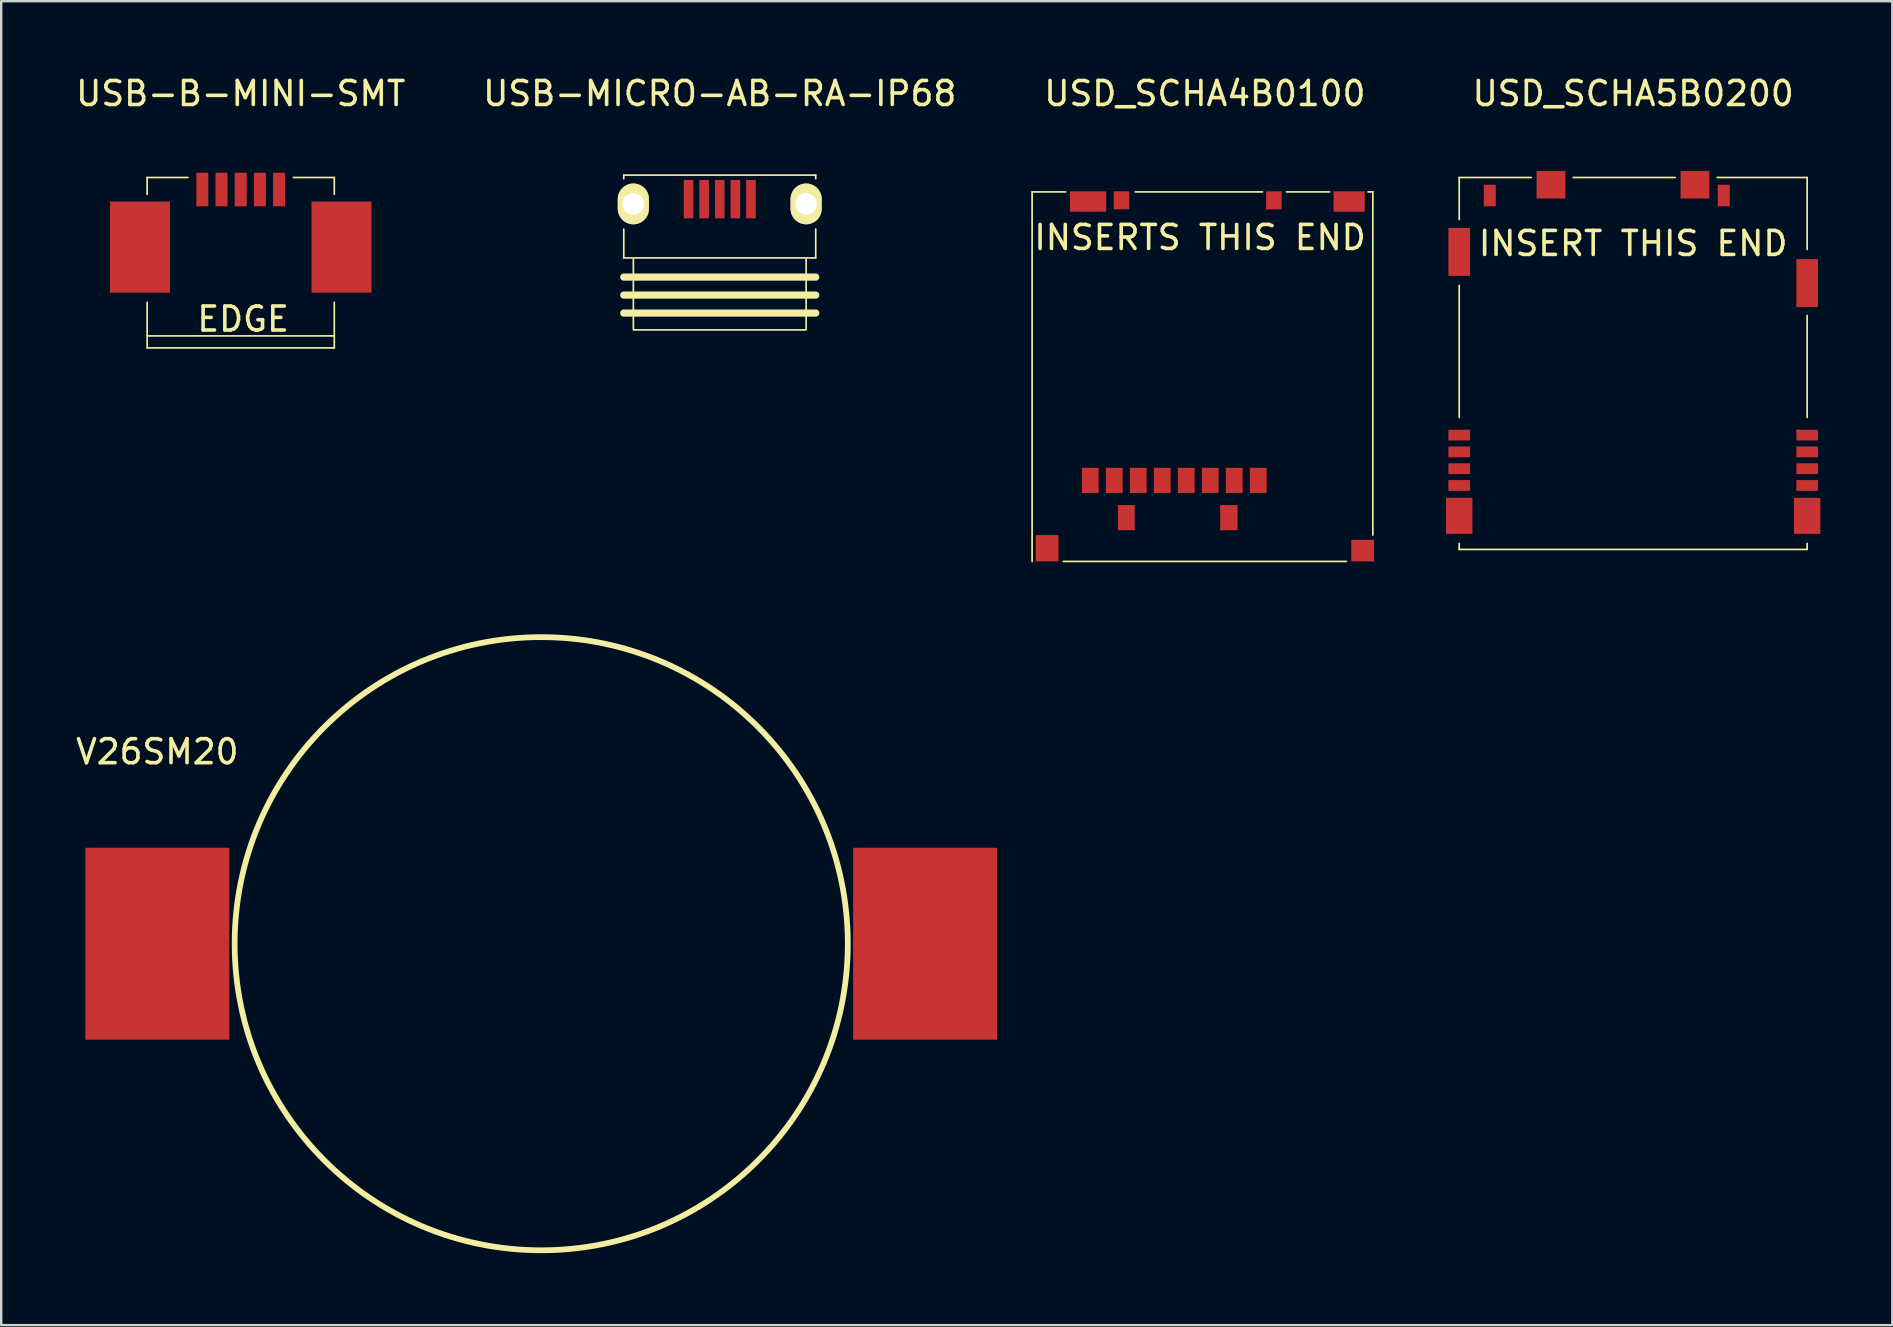
<source format=kicad_pcb>
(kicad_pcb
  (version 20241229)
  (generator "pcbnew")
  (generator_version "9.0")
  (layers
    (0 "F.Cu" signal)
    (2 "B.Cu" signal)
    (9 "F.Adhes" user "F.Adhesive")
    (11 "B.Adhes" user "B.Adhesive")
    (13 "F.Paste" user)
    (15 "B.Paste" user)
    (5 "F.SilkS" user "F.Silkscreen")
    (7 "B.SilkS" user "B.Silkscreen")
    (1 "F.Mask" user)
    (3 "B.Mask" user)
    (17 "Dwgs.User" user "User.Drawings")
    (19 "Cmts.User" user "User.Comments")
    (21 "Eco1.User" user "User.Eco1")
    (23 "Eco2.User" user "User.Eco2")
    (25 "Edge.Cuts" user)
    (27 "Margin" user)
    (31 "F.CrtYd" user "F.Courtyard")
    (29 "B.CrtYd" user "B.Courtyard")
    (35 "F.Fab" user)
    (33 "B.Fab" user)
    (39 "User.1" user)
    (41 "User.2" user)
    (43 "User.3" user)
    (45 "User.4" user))
  (footprint "USD_SCHA4B0100"
    (layer "F.Cu")
    (at 47.164 5.048)
    (property "Reference" "USD_SCHA4B0100" (at 0 -4.2 0) (layer "F.SilkS") (effects (font (size 1 1) (thickness 0.15))))
    (attr through_hole)
    (fp_line (start -7.2 -0.1) (end -5.8 -0.1) (stroke (width 0.07) (type solid)) (layer "F.SilkS"))
    (fp_line (start -7.2 15.3) (end -7.2 -0.1) (stroke (width 0.07) (type solid)) (layer "F.SilkS"))
    (fp_line (start -5.9 15.3) (end 5.9 15.3) (stroke (width 0.07) (type solid)) (layer "F.SilkS"))
    (fp_line (start 2.4 -0.1) (end -2.9 -0.1) (stroke (width 0.07) (type solid)) (layer "F.SilkS"))
    (fp_line (start 5.2 -0.1) (end 3.4 -0.1) (stroke (width 0.07) (type solid)) (layer "F.SilkS"))
    (fp_line (start 7 -0.1) (end 6.8 -0.1) (stroke (width 0.07) (type solid)) (layer "F.SilkS"))
    (fp_line (start 7 14.2) (end 7 -0.1) (stroke (width 0.07) (type solid)) (layer "F.SilkS"))
    (fp_text user "INSERTS THIS END" (at -0.2 1.8 0) (layer "F.SilkS") (effects (font (size 1 1) (thickness 0.15))))
    (pad "1" smd rect (at 2.225 11.925) (size 0.7 1.05) (layers "F.Cu" "F.Mask" "F.Paste"))
    (pad "2" smd rect (at 1.225 11.925) (size 0.7 1.05) (layers "F.Cu" "F.Mask" "F.Paste"))
    (pad "3" smd rect (at 0.225 11.925) (size 0.7 1.05) (layers "F.Cu" "F.Mask" "F.Paste"))
    (pad "4" smd rect (at -0.775 11.925) (size 0.7 1.05) (layers "F.Cu" "F.Mask" "F.Paste"))
    (pad "5" smd rect (at -1.775 11.925) (size 0.7 1.05) (layers "F.Cu" "F.Mask" "F.Paste"))
    (pad "6" smd rect (at -2.775 11.925) (size 0.7 1.05) (layers "F.Cu" "F.Mask" "F.Paste"))
    (pad "7" smd rect (at -3.775 11.925) (size 0.7 1.05) (layers "F.Cu" "F.Mask" "F.Paste"))
    (pad "8" smd rect (at -4.775 11.925) (size 0.7 1.05) (layers "F.Cu" "F.Mask" "F.Paste"))
    (pad "9" smd rect (at -3.475 0.25) (size 0.65 0.75) (layers "F.Cu" "F.Mask" "F.Paste"))
    (pad "10" smd rect (at 2.875 0.25) (size 0.65 0.75) (layers "F.Cu" "F.Mask" "F.Paste"))
    (pad "11" smd rect (at -3.275 13.475) (size 0.7 1.05) (layers "F.Cu" "F.Mask" "F.Paste"))
    (pad "12" smd rect (at 1 13.475) (size 0.725 1.05) (layers "F.Cu" "F.Mask" "F.Paste"))
    (pad "13" smd rect (at -6.575 14.75) (size 0.95 1.1) (layers "F.Cu" "F.Mask" "F.Paste"))
    (pad "14" smd rect (at 6.575 14.85) (size 0.95 0.9) (layers "F.Cu" "F.Mask" "F.Paste"))
    (pad "15" smd rect (at 6.013 0.3) (size 1.3 0.85) (layers "F.Cu" "F.Mask" "F.Paste"))
    (pad "16" smd rect (at -4.869 0.3) (size 1.512 0.85) (layers "F.Cu" "F.Mask" "F.Paste")))
  (footprint "V26SM20"
    (layer "F.Cu")
    (at 3.506 36.28)
    (property "Reference" "V26SM20" (at 0 -8 0) (layer "F.SilkS") (effects (font (size 1 1) (thickness 0.15))))
    (attr through_hole)
    (fp_circle (center 16 0) (end 27 6.5) (stroke (width 0.24) (type solid)) (fill no) (layer "F.SilkS"))
    (pad "1" smd rect (at 0 0) (size 6 8) (layers "F.Cu" "F.Mask" "F.Paste"))
    (pad "2" smd rect (at 32 0) (size 6 8) (layers "F.Cu" "F.Mask" "F.Paste")))
  (footprint "USD_SCHA5B0200"
    (layer "F.Cu")
    (at 65.014 4.848)
    (property "Reference" "USD_SCHA5B0200" (at 0 -4 0) (layer "F.SilkS") (effects (font (size 1 1) (thickness 0.15))))
    (attr through_hole)
    (fp_line (start -7.25 -0.5) (end -7.25 1.25) (stroke (width 0.07) (type solid)) (layer "F.SilkS"))
    (fp_line (start -7.25 4) (end -7.25 9.5) (stroke (width 0.07) (type solid)) (layer "F.SilkS"))
    (fp_line (start -7.25 14.75) (end -7.25 15) (stroke (width 0.07) (type solid)) (layer "F.SilkS"))
    (fp_line (start -7.25 15) (end 7.25 15) (stroke (width 0.07) (type solid)) (layer "F.SilkS"))
    (fp_line (start -4.25 -0.5) (end -7.25 -0.5) (stroke (width 0.07) (type solid)) (layer "F.SilkS"))
    (fp_line (start 1.75 -0.5) (end -2.5 -0.5) (stroke (width 0.07) (type solid)) (layer "F.SilkS"))
    (fp_line (start 7.25 -0.5) (end 3.5 -0.5) (stroke (width 0.07) (type solid)) (layer "F.SilkS"))
    (fp_line (start 7.25 2.5) (end 7.25 -0.5) (stroke (width 0.07) (type solid)) (layer "F.SilkS"))
    (fp_line (start 7.25 9.5) (end 7.25 5.25) (stroke (width 0.07) (type solid)) (layer "F.SilkS"))
    (fp_line (start 7.25 15) (end 7.25 14.75) (stroke (width 0.07) (type solid)) (layer "F.SilkS"))
    (fp_text user "INSERT THIS END" (at 0 2.25 0) (layer "F.SilkS") (effects (font (size 1 1) (thickness 0.15))))
    (pad "1" smd rect (at -7.25 10.235) (size 0.9 0.45) (layers "F.Cu" "F.Mask" "F.Paste"))
    (pad "2" smd rect (at -7.25 10.935) (size 0.9 0.45) (layers "F.Cu" "F.Mask" "F.Paste"))
    (pad "3" smd rect (at -7.25 11.635) (size 0.9 0.45) (layers "F.Cu" "F.Mask" "F.Paste"))
    (pad "4" smd rect (at -7.25 12.335) (size 0.9 0.45) (layers "F.Cu" "F.Mask" "F.Paste"))
    (pad "5" smd rect (at 7.25 12.335) (size 0.9 0.45) (layers "F.Cu" "F.Mask" "F.Paste"))
    (pad "6" smd rect (at 7.25 11.635) (size 0.9 0.45) (layers "F.Cu" "F.Mask" "F.Paste"))
    (pad "7" smd rect (at 7.25 10.935) (size 0.9 0.45) (layers "F.Cu" "F.Mask" "F.Paste"))
    (pad "8" smd rect (at 7.25 10.235) (size 0.9 0.45) (layers "F.Cu" "F.Mask" "F.Paste"))
    (pad "9" smd rect (at -5.975 0.25) (size 0.5 0.9) (layers "F.Cu" "F.Mask" "F.Paste"))
    (pad "10" smd rect (at 3.775 0.25) (size 0.5 0.9) (layers "F.Cu" "F.Mask" "F.Paste"))
    (pad "11" smd rect (at 2.575 -0.2) (size 1.2 1.15) (layers "F.Cu" "F.Mask" "F.Paste"))
    (pad "12" smd rect (at -3.425 -0.2) (size 1.2 1.15) (layers "F.Cu" "F.Mask" "F.Paste"))
    (pad "13" smd rect (at 7.25 3.9) (size 0.9 2) (layers "F.Cu" "F.Mask" "F.Paste"))
    (pad "14" smd rect (at -7.25 2.6) (size 0.9 2) (layers "F.Cu" "F.Mask" "F.Paste"))
    (pad "15" smd rect (at 7.25 13.6) (size 1.1 1.5) (layers "F.Cu" "F.Mask" "F.Paste"))
    (pad "16" smd rect (at -7.25 13.6) (size 1.1 1.5) (layers "F.Cu" "F.Mask" "F.Paste")))
  (footprint "USB-B-MINI-SMT"
    (layer "F.Cu")
    (at 6.982 4.848)
    (property "Reference" "USB-B-MINI-SMT" (at 0 -4 0) (layer "F.SilkS") (effects (font (size 1 1) (thickness 0.15))))
    (attr through_hole)
    (fp_line (start -3.9 -0.5) (end -3.9 0.2) (stroke (width 0.07) (type solid)) (layer "F.SilkS"))
    (fp_line (start -3.9 4.7) (end -3.9 6.6) (stroke (width 0.07) (type solid)) (layer "F.SilkS"))
    (fp_line (start -3.9 6.1) (end 3.9 6.1) (stroke (width 0.07) (type solid)) (layer "F.SilkS"))
    (fp_line (start -3.9 6.6) (end 3.9 6.6) (stroke (width 0.07) (type solid)) (layer "F.SilkS"))
    (fp_line (start -2.2 -0.5) (end -3.9 -0.5) (stroke (width 0.07) (type solid)) (layer "F.SilkS"))
    (fp_line (start 2.2 -0.5) (end 3.9 -0.5) (stroke (width 0.07) (type solid)) (layer "F.SilkS"))
    (fp_line (start 3.9 -0.5) (end 3.9 0.2) (stroke (width 0.07) (type solid)) (layer "F.SilkS"))
    (fp_line (start 3.9 6.6) (end 3.9 4.7) (stroke (width 0.07) (type solid)) (layer "F.SilkS"))
    (fp_text user "EDGE" (at 0.1 5.4 0) (layer "F.SilkS") (effects (font (size 1 1) (thickness 0.15))))
    (pad "1" smd rect (at -1.6 0) (size 0.5 1.4) (layers "F.Cu" "F.Mask" "F.Paste"))
    (pad "2" smd rect (at -0.8 0) (size 0.5 1.4) (layers "F.Cu" "F.Mask" "F.Paste"))
    (pad "3" smd rect (at 0 0) (size 0.5 1.4) (layers "F.Cu" "F.Mask" "F.Paste"))
    (pad "4" smd rect (at 0.8 0) (size 0.5 1.4) (layers "F.Cu" "F.Mask" "F.Paste"))
    (pad "5" smd rect (at 1.6 0) (size 0.5 1.4) (layers "F.Cu" "F.Mask" "F.Paste"))
    (pad "6" smd rect (at -4.2 2.4) (size 2.5 3.8) (layers "F.Cu" "F.Mask" "F.Paste"))
    (pad "6" smd rect (at 4.2 2.4) (size 2.5 3.8) (layers "F.Cu" "F.Mask" "F.Paste")))
  (footprint "USB-MICRO-AB-RA-IP68"
    (layer "F.Cu")
    (at 26.946 5.248)
    (property "Reference" "USB-MICRO-AB-RA-IP68" (at 0 -4.4 0) (layer "F.SilkS") (effects (font (size 1 1) (thickness 0.15))))
    (attr through_hole)
    (fp_line (start -4 -1) (end -4 -0.85) (stroke (width 0.07) (type solid)) (layer "F.SilkS"))
    (fp_line (start -4 -1) (end 4 -1) (stroke (width 0.07) (type solid)) (layer "F.SilkS"))
    (fp_line (start -4 2.45) (end -4 1.25) (stroke (width 0.07) (type solid)) (layer "F.SilkS"))
    (fp_line (start -4 2.45) (end 4 2.45) (stroke (width 0.07) (type solid)) (layer "F.SilkS"))
    (fp_line (start -4 3.25) (end 4 3.25) (stroke (width 0.3) (type solid)) (layer "F.SilkS"))
    (fp_line (start -4 4) (end 4 4) (stroke (width 0.3) (type solid)) (layer "F.SilkS"))
    (fp_line (start -4 4.75) (end 4 4.75) (stroke (width 0.3) (type solid)) (layer "F.SilkS"))
    (fp_line (start -3.6 5.4) (end -3.6 2.5) (stroke (width 0.07) (type solid)) (layer "F.SilkS"))
    (fp_line (start -3.6 5.45) (end 3.6 5.45) (stroke (width 0.07) (type solid)) (layer "F.SilkS"))
    (fp_line (start 3.6 5.4) (end 3.6 2.5) (stroke (width 0.07) (type solid)) (layer "F.SilkS"))
    (fp_line (start 4 -1) (end 4 -0.85) (stroke (width 0.07) (type solid)) (layer "F.SilkS"))
    (fp_line (start 4 2.45) (end 4 1.25) (stroke (width 0.07) (type solid)) (layer "F.SilkS"))
    (pad "1" smd rect (at -1.3 0) (size 0.4 1.6) (layers "F.Cu" "F.Mask" "F.Paste"))
    (pad "2" smd rect (at -0.65 0) (size 0.4 1.6) (layers "F.Cu" "F.Mask" "F.Paste"))
    (pad "3" smd rect (at 0 0) (size 0.4 1.6) (layers "F.Cu" "F.Mask" "F.Paste"))
    (pad "4" smd rect (at 0.65 0) (size 0.4 1.6) (layers "F.Cu" "F.Mask" "F.Paste"))
    (pad "5" smd rect (at 1.3 0) (size 0.4 1.6) (layers "F.Cu" "F.Mask" "F.Paste"))
    (pad "6" thru_hole oval (at -3.6 0.2) (size 1.3 1.7) (drill 0.9) (layers "*.Cu" "*.Mask" "F.SilkS"))
    (pad "7" thru_hole oval (at 3.6 0.2) (size 1.3 1.7) (drill 0.9) (layers "*.Cu" "*.Mask" "F.SilkS")))
  (gr_rect
    (start -3 -3)
    (end 75.814 52.177)
    (stroke (width 0.1) (type default))
    (fill no)
    (layer "Edge.Cuts")))
</source>
